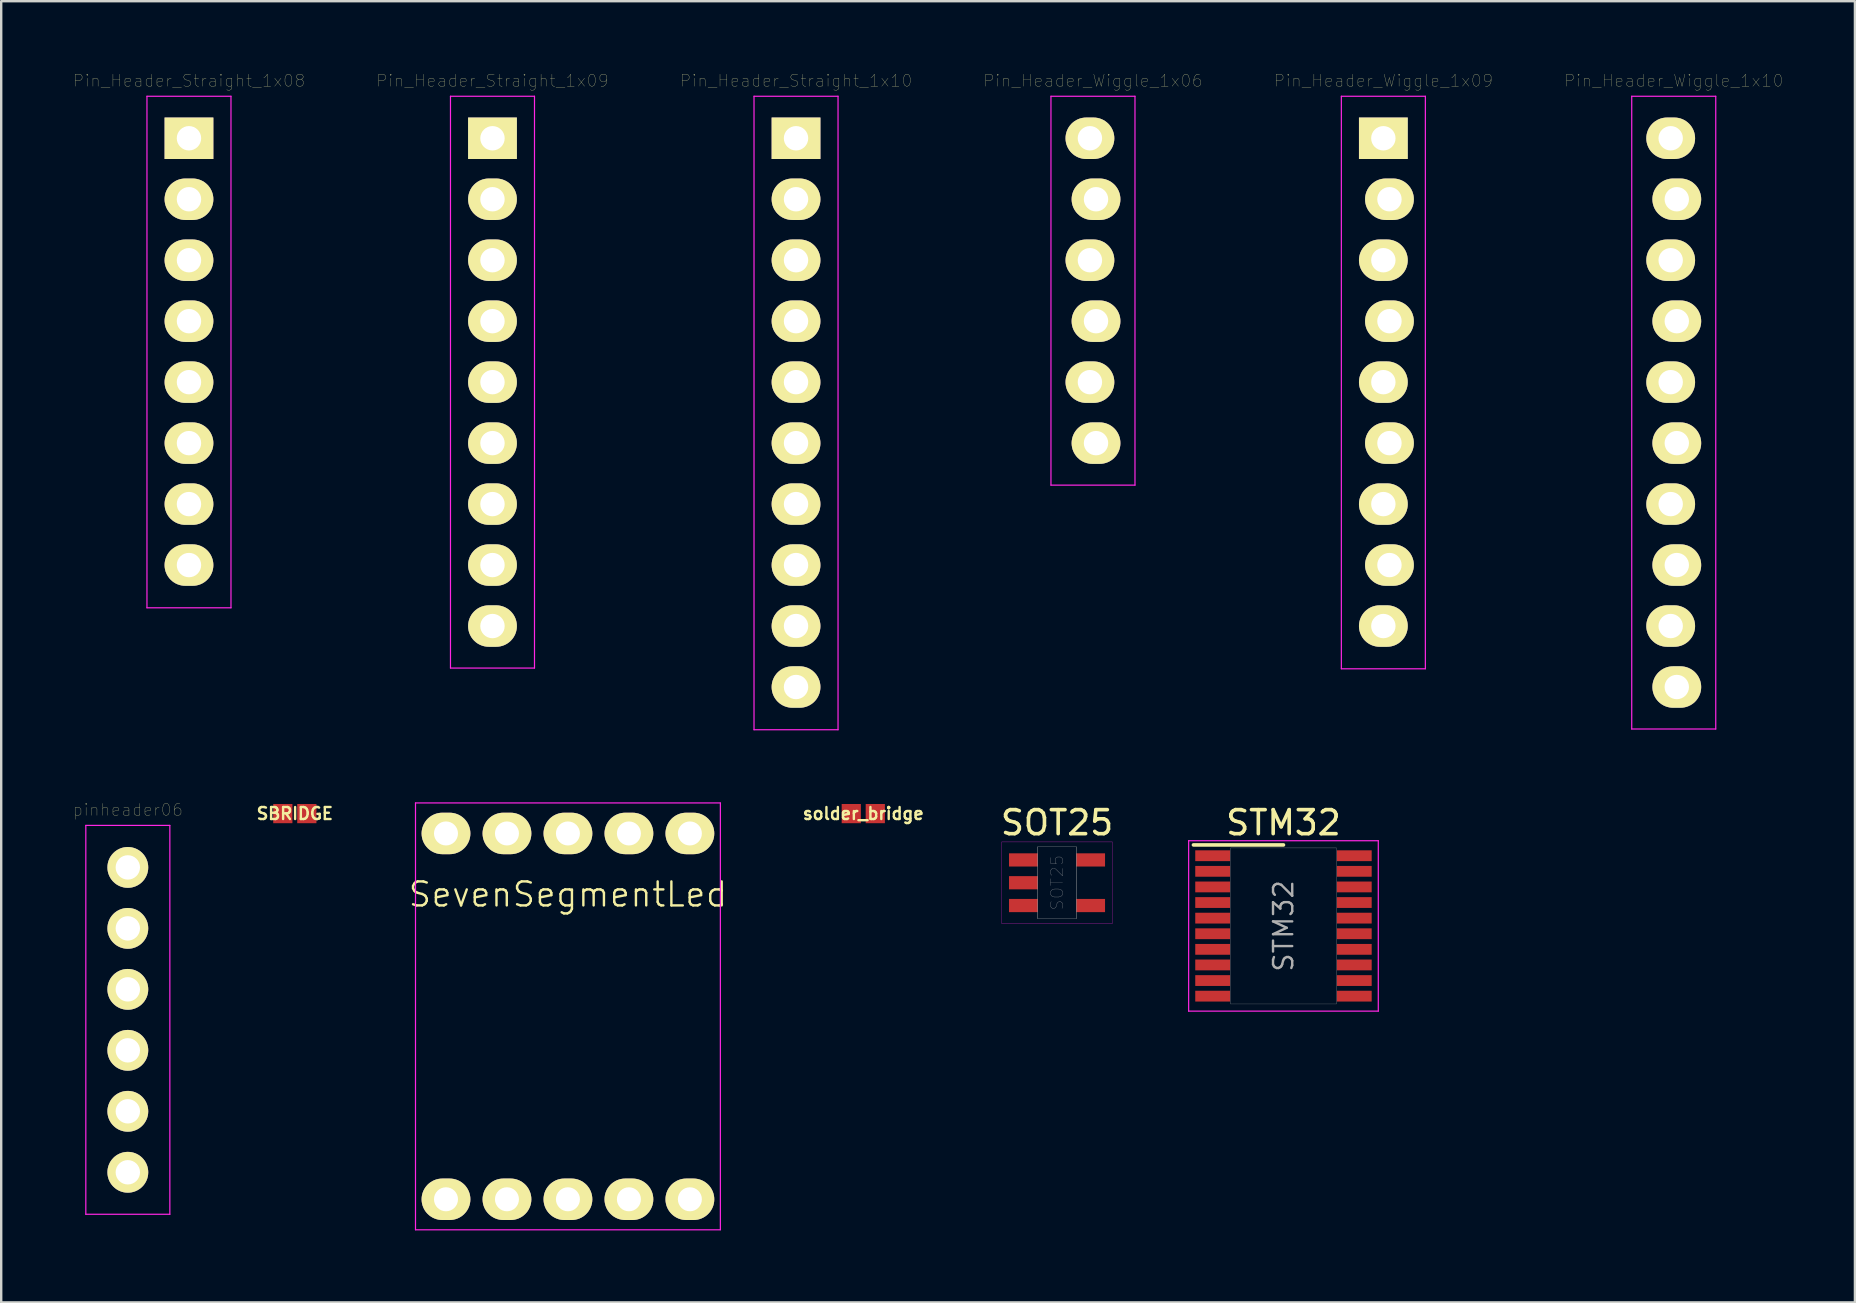
<source format=kicad_pcb>
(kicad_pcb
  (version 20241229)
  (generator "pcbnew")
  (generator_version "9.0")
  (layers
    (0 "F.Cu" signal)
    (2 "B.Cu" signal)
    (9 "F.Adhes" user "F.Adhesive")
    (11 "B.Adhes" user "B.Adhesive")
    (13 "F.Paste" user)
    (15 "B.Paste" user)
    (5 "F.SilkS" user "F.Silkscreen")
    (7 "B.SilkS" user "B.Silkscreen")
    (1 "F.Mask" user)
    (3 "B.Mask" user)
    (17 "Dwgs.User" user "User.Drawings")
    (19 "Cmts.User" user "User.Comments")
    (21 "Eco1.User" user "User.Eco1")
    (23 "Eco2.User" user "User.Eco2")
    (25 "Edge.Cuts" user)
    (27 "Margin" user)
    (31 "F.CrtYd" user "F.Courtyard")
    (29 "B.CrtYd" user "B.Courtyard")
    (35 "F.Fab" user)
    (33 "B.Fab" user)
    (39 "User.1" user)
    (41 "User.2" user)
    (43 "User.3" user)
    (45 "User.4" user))
  (footprint "pinheader06"
    (layer "F.Cu")
    (at 2.275 33.085)
    (property "Reference" "pinheader06" (at 0 -2.4 0) (layer "F.SilkS") (effects (font (size 0.5 0.5) (thickness 0.01))))
    (attr through_hole)
    (fp_line (start -1.75 -1.75) (end -1.75 14.45) (stroke (width 0.05) (type solid)) (layer "F.CrtYd"))
    (fp_line (start -1.75 -1.75) (end 1.75 -1.75) (stroke (width 0.05) (type solid)) (layer "F.CrtYd"))
    (fp_line (start -1.75 14.45) (end 1.75 14.45) (stroke (width 0.05) (type solid)) (layer "F.CrtYd"))
    (fp_line (start 1.75 -1.75) (end 1.75 14.45) (stroke (width 0.05) (type solid)) (layer "F.CrtYd"))
    (pad "1" thru_hole circle (at 0 0) (size 1.7 1.7) (drill 1.016) (layers "*.Cu" "*.Mask" "F.SilkS"))
    (pad "2" thru_hole circle (at 0 2.54) (size 1.7 1.7) (drill 1.016) (layers "*.Cu" "*.Mask" "F.SilkS"))
    (pad "3" thru_hole circle (at 0 5.08) (size 1.7 1.7) (drill 1.016) (layers "*.Cu" "*.Mask" "F.SilkS"))
    (pad "4" thru_hole circle (at 0 7.62) (size 1.7 1.7) (drill 1.016) (layers "*.Cu" "*.Mask" "F.SilkS"))
    (pad "5" thru_hole circle (at 0 10.16) (size 1.7 1.7) (drill 1.016) (layers "*.Cu" "*.Mask" "F.SilkS"))
    (pad "6" thru_hole circle (at 0 12.7) (size 1.7 1.7) (drill 1.016) (layers "*.Cu" "*.Mask" "F.SilkS")))
  (footprint "solder_bridge"
    (layer "F.Cu")
    (at 32.913 30.843)
    (property "Reference" "solder_bridge" (at 0 0 0) (layer "F.SilkS") (effects (font (size 0.5 0.5) (thickness 0.1))))
    (attr smd)
    (pad "1" smd rect (at -0.5 0) (size 0.8 0.8) (layers "F.Cu" "F.Mask" "F.Paste"))
    (pad "2" smd rect (at 0.5 0) (size 0.8 0.8) (layers "F.Cu" "F.Mask" "F.Paste")))
  (footprint "Pin_Header_Straight_1x08"
    (layer "F.Cu")
    (at 4.822 2.71)
    (property "Reference" "Pin_Header_Straight_1x08" (at 0 -2.4 0) (layer "F.SilkS") (effects (font (size 0.5 0.5) (thickness 0.01))))
    (attr through_hole)
    (fp_line (start -1.75 -1.75) (end -1.75 19.56) (stroke (width 0.05) (type solid)) (layer "F.CrtYd"))
    (fp_line (start -1.75 -1.75) (end 1.75 -1.75) (stroke (width 0.05) (type solid)) (layer "F.CrtYd"))
    (fp_line (start -1.75 19.56) (end 1.75 19.56) (stroke (width 0.05) (type solid)) (layer "F.CrtYd"))
    (fp_line (start 1.75 -1.75) (end 1.75 19.56) (stroke (width 0.05) (type solid)) (layer "F.CrtYd"))
    (pad "1" thru_hole rect (at 0 0) (size 2.032 1.727) (drill 1.016) (layers "*.Cu" "*.Mask" "F.SilkS"))
    (pad "2" thru_hole oval (at 0 2.54) (size 2.032 1.727) (drill 1.016) (layers "*.Cu" "*.Mask" "F.SilkS"))
    (pad "3" thru_hole oval (at 0 5.08) (size 2.032 1.727) (drill 1.016) (layers "*.Cu" "*.Mask" "F.SilkS"))
    (pad "4" thru_hole oval (at 0 7.62) (size 2.032 1.727) (drill 1.016) (layers "*.Cu" "*.Mask" "F.SilkS"))
    (pad "5" thru_hole oval (at 0 10.16) (size 2.032 1.727) (drill 1.016) (layers "*.Cu" "*.Mask" "F.SilkS"))
    (pad "6" thru_hole oval (at 0 12.7) (size 2.032 1.727) (drill 1.016) (layers "*.Cu" "*.Mask" "F.SilkS"))
    (pad "7" thru_hole oval (at 0 15.24) (size 2.032 1.727) (drill 1.016) (layers "*.Cu" "*.Mask" "F.SilkS"))
    (pad "8" thru_hole oval (at 0 17.78) (size 2.032 1.727) (drill 1.016) (layers "*.Cu" "*.Mask" "F.SilkS")))
  (footprint "Pin_Header_Wiggle_1x10"
    (layer "F.Cu")
    (at 66.675 2.71)
    (property "Reference" "Pin_Header_Wiggle_1x10" (at 0 -2.4 0) (layer "F.SilkS") (effects (font (size 0.5 0.5) (thickness 0.01))))
    (attr through_hole)
    (fp_line (start -1.75 -1.75) (end -1.75 24.61) (stroke (width 0.05) (type solid)) (layer "F.CrtYd"))
    (fp_line (start -1.75 -1.75) (end 1.75 -1.75) (stroke (width 0.05) (type solid)) (layer "F.CrtYd"))
    (fp_line (start -1.75 24.61) (end 1.75 24.61) (stroke (width 0.05) (type solid)) (layer "F.CrtYd"))
    (fp_line (start 1.75 -1.75) (end 1.75 24.61) (stroke (width 0.05) (type solid)) (layer "F.CrtYd"))
    (pad "1" thru_hole oval (at -0.127 0) (size 2.032 1.727) (drill 1.016) (layers "*.Cu" "*.Mask" "F.SilkS"))
    (pad "2" thru_hole oval (at 0.127 2.54) (size 2.032 1.727) (drill 1.016) (layers "*.Cu" "*.Mask" "F.SilkS"))
    (pad "3" thru_hole oval (at -0.127 5.08) (size 2.032 1.727) (drill 1.016) (layers "*.Cu" "*.Mask" "F.SilkS"))
    (pad "4" thru_hole oval (at 0.127 7.62) (size 2.032 1.727) (drill 1.016) (layers "*.Cu" "*.Mask" "F.SilkS"))
    (pad "5" thru_hole oval (at -0.127 10.16) (size 2.032 1.727) (drill 1.016) (layers "*.Cu" "*.Mask" "F.SilkS"))
    (pad "6" thru_hole oval (at 0.127 12.7) (size 2.032 1.727) (drill 1.016) (layers "*.Cu" "*.Mask" "F.SilkS"))
    (pad "7" thru_hole oval (at -0.127 15.24) (size 2.032 1.727) (drill 1.016) (layers "*.Cu" "*.Mask" "F.SilkS"))
    (pad "8" thru_hole oval (at 0.127 17.78) (size 2.032 1.727) (drill 1.016) (layers "*.Cu" "*.Mask" "F.SilkS"))
    (pad "9" thru_hole oval (at -0.127 20.32) (size 2.032 1.727) (drill 1.016) (layers "*.Cu" "*.Mask" "F.SilkS"))
    (pad "10" thru_hole oval (at 0.127 22.86) (size 2.032 1.727) (drill 1.016) (layers "*.Cu" "*.Mask" "F.SilkS")))
  (footprint "Pin_Header_Straight_1x10"
    (layer "F.Cu")
    (at 30.111 2.71)
    (property "Reference" "Pin_Header_Straight_1x10" (at 0 -2.4 0) (layer "F.SilkS") (effects (font (size 0.5 0.5) (thickness 0.01))))
    (attr through_hole)
    (fp_line (start -1.75 -1.75) (end -1.75 24.64) (stroke (width 0.05) (type solid)) (layer "F.CrtYd"))
    (fp_line (start -1.75 -1.75) (end 1.75 -1.75) (stroke (width 0.05) (type solid)) (layer "F.CrtYd"))
    (fp_line (start -1.75 24.64) (end 1.75 24.64) (stroke (width 0.05) (type solid)) (layer "F.CrtYd"))
    (fp_line (start 1.75 -1.75) (end 1.75 24.64) (stroke (width 0.05) (type solid)) (layer "F.CrtYd"))
    (pad "1" thru_hole rect (at 0 0) (size 2.032 1.727) (drill 1.016) (layers "*.Cu" "*.Mask" "F.SilkS"))
    (pad "2" thru_hole oval (at 0 2.54) (size 2.032 1.727) (drill 1.016) (layers "*.Cu" "*.Mask" "F.SilkS"))
    (pad "3" thru_hole oval (at 0 5.08) (size 2.032 1.727) (drill 1.016) (layers "*.Cu" "*.Mask" "F.SilkS"))
    (pad "4" thru_hole oval (at 0 7.62) (size 2.032 1.727) (drill 1.016) (layers "*.Cu" "*.Mask" "F.SilkS"))
    (pad "5" thru_hole oval (at 0 10.16) (size 2.032 1.727) (drill 1.016) (layers "*.Cu" "*.Mask" "F.SilkS"))
    (pad "6" thru_hole oval (at 0 12.7) (size 2.032 1.727) (drill 1.016) (layers "*.Cu" "*.Mask" "F.SilkS"))
    (pad "7" thru_hole oval (at 0 15.24) (size 2.032 1.727) (drill 1.016) (layers "*.Cu" "*.Mask" "F.SilkS"))
    (pad "8" thru_hole oval (at 0 17.78) (size 2.032 1.727) (drill 1.016) (layers "*.Cu" "*.Mask" "F.SilkS"))
    (pad "9" thru_hole oval (at 0 20.32) (size 2.032 1.727) (drill 1.016) (layers "*.Cu" "*.Mask" "F.SilkS"))
    (pad "10" thru_hole oval (at 0 22.86) (size 2.032 1.727) (drill 1.016) (layers "*.Cu" "*.Mask" "F.SilkS")))
  (footprint "Pin_Header_Wiggle_1x06"
    (layer "F.Cu")
    (at 42.481 2.71)
    (property "Reference" "Pin_Header_Wiggle_1x06" (at 0 -2.4 0) (layer "F.SilkS") (effects (font (size 0.5 0.5) (thickness 0.01))))
    (attr through_hole)
    (fp_line (start -1.75 -1.75) (end -1.75 14.45) (stroke (width 0.05) (type solid)) (layer "F.CrtYd"))
    (fp_line (start -1.75 -1.75) (end 1.75 -1.75) (stroke (width 0.05) (type solid)) (layer "F.CrtYd"))
    (fp_line (start -1.75 14.45) (end 1.75 14.45) (stroke (width 0.05) (type solid)) (layer "F.CrtYd"))
    (fp_line (start 1.75 -1.75) (end 1.75 14.45) (stroke (width 0.05) (type solid)) (layer "F.CrtYd"))
    (pad "1" thru_hole oval (at -0.127 0) (size 2.032 1.727) (drill 1.016) (layers "*.Cu" "*.Mask" "F.SilkS"))
    (pad "2" thru_hole oval (at 0.127 2.54) (size 2.032 1.727) (drill 1.016) (layers "*.Cu" "*.Mask" "F.SilkS"))
    (pad "3" thru_hole oval (at -0.127 5.08) (size 2.032 1.727) (drill 1.016) (layers "*.Cu" "*.Mask" "F.SilkS"))
    (pad "4" thru_hole oval (at 0.127 7.62) (size 2.032 1.727) (drill 1.016) (layers "*.Cu" "*.Mask" "F.SilkS"))
    (pad "5" thru_hole oval (at -0.127 10.16) (size 2.032 1.727) (drill 1.016) (layers "*.Cu" "*.Mask" "F.SilkS"))
    (pad "6" thru_hole oval (at 0.127 12.7) (size 2.032 1.727) (drill 1.016) (layers "*.Cu" "*.Mask" "F.SilkS")))
  (footprint "SBRIDGE"
    (layer "F.Cu")
    (at 9.232 30.843)
    (property "Reference" "SBRIDGE" (at 0 0 0) (layer "F.SilkS") (effects (font (size 0.5 0.5) (thickness 0.1))))
    (attr smd)
    (pad "1" smd rect (at -0.5 0) (size 0.8 0.8) (layers "F.Cu" "F.Mask" "F.Paste"))
    (pad "2" smd rect (at 0.5 0) (size 0.8 0.8) (layers "F.Cu" "F.Mask" "F.Paste")))
  (footprint "SOT25"
    (layer "F.Cu")
    (at 40.984 33.723)
    (property "Reference" "SOT25" (at 0 -2.5 0) (layer "F.SilkS") (effects (font (size 1 1) (thickness 0.15))))
    (attr smd)
    (fp_line (start -2.3 -1.7) (end -2.3 1.7) (stroke (width 0.01) (type solid)) (layer "F.CrtYd"))
    (fp_line (start -2.3 -1.7) (end 2.3 -1.7) (stroke (width 0.01) (type solid)) (layer "F.CrtYd"))
    (fp_line (start 2.3 1.7) (end -2.3 1.7) (stroke (width 0.01) (type solid)) (layer "F.CrtYd"))
    (fp_line (start 2.3 1.7) (end 2.3 -1.7) (stroke (width 0.01) (type solid)) (layer "F.CrtYd"))
    (fp_line (start -0.8 -1.5) (end -0.8 1.5) (stroke (width 0.01) (type solid)) (layer "F.Fab"))
    (fp_line (start -0.8 -1.5) (end -0.8 1.5) (stroke (width 0.01) (type solid)) (layer "F.Fab"))
    (fp_line (start -0.8 -1.5) (end 0.8 -1.5) (stroke (width 0.01) (type solid)) (layer "F.Fab"))
    (fp_line (start -0.8 1.5) (end 0.8 1.5) (stroke (width 0.01) (type solid)) (layer "F.Fab"))
    (fp_line (start 0.8 -1.5) (end 0.8 1.5) (stroke (width 0.01) (type solid)) (layer "F.Fab"))
    (fp_line (start 0.8 -1.5) (end 0.8 1.5) (stroke (width 0.01) (type solid)) (layer "F.Fab"))
    (fp_text user "SOT25" (at 0 0 90) (layer "F.Fab") (effects (font (size 0.5 0.5) (thickness 0.01))))
    (pad "1" smd rect (at -1.4 -0.95) (size 1.2 0.55) (layers "F.Cu" "F.Mask" "F.Paste"))
    (pad "2" smd rect (at -1.4 0) (size 1.2 0.55) (layers "F.Cu" "F.Mask" "F.Paste"))
    (pad "3" smd rect (at -1.4 0.95) (size 1.2 0.55) (layers "F.Cu" "F.Mask" "F.Paste"))
    (pad "4" smd rect (at 1.4 0.95) (size 1.2 0.55) (layers "F.Cu" "F.Mask" "F.Paste"))
    (pad "5" smd rect (at 1.4 -0.95) (size 1.2 0.55) (layers "F.Cu" "F.Mask" "F.Paste")))
  (footprint "STM32"
    (layer "F.Cu")
    (at 50.417 35.523)
    (property "Reference" "STM32" (at 0 -4.3 0) (layer "F.SilkS") (effects (font (size 1 1) (thickness 0.15))))
    (attr smd)
    (fp_line (start -3.75 -3.375) (end 0 -3.375) (stroke (width 0.15) (type solid)) (layer "F.SilkS"))
    (fp_line (start -3.95 -3.55) (end -3.95 3.55) (stroke (width 0.05) (type solid)) (layer "F.CrtYd"))
    (fp_line (start -3.95 -3.55) (end 3.95 -3.55) (stroke (width 0.05) (type solid)) (layer "F.CrtYd"))
    (fp_line (start -3.95 3.55) (end 3.95 3.55) (stroke (width 0.05) (type solid)) (layer "F.CrtYd"))
    (fp_line (start 3.95 -3.55) (end 3.95 3.55) (stroke (width 0.05) (type solid)) (layer "F.CrtYd"))
    (fp_line (start -2.2 -3.25) (end -2.2 3.25) (stroke (width 0.01) (type solid)) (layer "F.Fab"))
    (fp_line (start -2.2 -3.25) (end 2.2 -3.25) (stroke (width 0.01) (type solid)) (layer "F.Fab"))
    (fp_line (start -2.2 3.25) (end 2.2 3.25) (stroke (width 0.01) (type solid)) (layer "F.Fab"))
    (fp_line (start 2.2 -3.25) (end 2.2 3.25) (stroke (width 0.01) (type solid)) (layer "F.Fab"))
    (fp_text user "STM32" (at 0 0 90) (layer "F.Fab") (effects (font (size 0.8 0.8) (thickness 0.1))))
    (pad "2" smd rect (at -2.95 -2.275) (size 1.45 0.45) (layers "F.Cu" "F.Mask" "F.Paste"))
    (pad "3" smd rect (at -2.95 -1.625) (size 1.45 0.45) (layers "F.Cu" "F.Mask" "F.Paste"))
    (pad "BOOT0" smd rect (at -2.95 -2.925) (size 1.45 0.45) (layers "F.Cu" "F.Mask" "F.Paste"))
    (pad "CLK" smd rect (at 2.95 -2.925) (size 1.45 0.45) (layers "F.Cu" "F.Mask" "F.Paste"))
    (pad "DIO" smd rect (at 2.95 -2.275) (size 1.45 0.45) (layers "F.Cu" "F.Mask" "F.Paste"))
    (pad "GND" smd rect (at 2.95 0.325) (size 1.45 0.45) (layers "F.Cu" "F.Mask" "F.Paste"))
    (pad "NRST" smd rect (at -2.95 -0.975) (size 1.45 0.45) (layers "F.Cu" "F.Mask" "F.Paste"))
    (pad "PA0" smd rect (at -2.95 0.325) (size 1.45 0.45) (layers "F.Cu" "F.Mask" "F.Paste"))
    (pad "PA1" smd rect (at -2.95 0.975) (size 1.45 0.45) (layers "F.Cu" "F.Mask" "F.Paste"))
    (pad "PA2" smd rect (at -2.95 1.625) (size 1.45 0.45) (layers "F.Cu" "F.Mask" "F.Paste"))
    (pad "PA3" smd rect (at -2.95 2.275) (size 1.45 0.45) (layers "F.Cu" "F.Mask" "F.Paste"))
    (pad "PA4" smd rect (at -2.95 2.925) (size 1.45 0.45) (layers "F.Cu" "F.Mask" "F.Paste"))
    (pad "PA5" smd rect (at 2.95 2.925) (size 1.45 0.45) (layers "F.Cu" "F.Mask" "F.Paste"))
    (pad "PA6" smd rect (at 2.95 2.275) (size 1.45 0.45) (layers "F.Cu" "F.Mask" "F.Paste"))
    (pad "PA7" smd rect (at 2.95 1.625) (size 1.45 0.45) (layers "F.Cu" "F.Mask" "F.Paste"))
    (pad "PB1" smd rect (at 2.95 0.975) (size 1.45 0.45) (layers "F.Cu" "F.Mask" "F.Paste"))
    (pad "RX" smd rect (at 2.95 -1.625) (size 1.45 0.45) (layers "F.Cu" "F.Mask" "F.Paste"))
    (pad "TX" smd rect (at 2.95 -0.975) (size 1.45 0.45) (layers "F.Cu" "F.Mask" "F.Paste"))
    (pad "VCC" smd rect (at -2.95 -0.325) (size 1.45 0.45) (layers "F.Cu" "F.Mask" "F.Paste"))
    (pad "VCC" smd rect (at 2.95 -0.325) (size 1.45 0.45) (layers "F.Cu" "F.Mask" "F.Paste")))
  (footprint "SevenSegmentLed"
    (layer "F.Cu")
    (at 15.529 31.67)
    (property "Reference" "SevenSegmentLed" (at 5.08 2.54 0) (layer "F.SilkS") (effects (font (size 1 1) (thickness 0.1))))
    (attr through_hole)
    (fp_line (start -1.27 -1.27) (end -1.27 16.51) (stroke (width 0.05) (type solid)) (layer "F.CrtYd"))
    (fp_line (start -1.27 -1.27) (end 11.43 -1.27) (stroke (width 0.05) (type solid)) (layer "F.CrtYd"))
    (fp_line (start -1.27 16.51) (end 11.43 16.51) (stroke (width 0.05) (type solid)) (layer "F.CrtYd"))
    (fp_line (start 11.43 -1.27) (end 11.43 16.51) (stroke (width 0.05) (type solid)) (layer "F.CrtYd"))
    (pad "1" thru_hole oval (at 0 15.24) (size 2.032 1.727) (drill 1) (layers "*.Cu" "*.Mask" "F.SilkS"))
    (pad "2" thru_hole oval (at 2.54 15.24) (size 2.032 1.727) (drill 1) (layers "*.Cu" "*.Mask" "F.SilkS"))
    (pad "3" thru_hole oval (at 5.08 15.24) (size 2.032 1.727) (drill 1) (layers "*.Cu" "*.Mask" "F.SilkS"))
    (pad "4" thru_hole oval (at 7.62 15.24) (size 2.032 1.727) (drill 1) (layers "*.Cu" "*.Mask" "F.SilkS"))
    (pad "5" thru_hole oval (at 10.16 15.24) (size 2.032 1.727) (drill 1) (layers "*.Cu" "*.Mask" "F.SilkS"))
    (pad "6" thru_hole oval (at 10.16 0) (size 2.032 1.727) (drill 1) (layers "*.Cu" "*.Mask" "F.SilkS"))
    (pad "7" thru_hole oval (at 7.62 0) (size 2.032 1.727) (drill 1) (layers "*.Cu" "*.Mask" "F.SilkS"))
    (pad "8" thru_hole oval (at 5.08 0) (size 2.032 1.727) (drill 1) (layers "*.Cu" "*.Mask" "F.SilkS"))
    (pad "9" thru_hole oval (at 2.54 0) (size 2.032 1.727) (drill 1) (layers "*.Cu" "*.Mask" "F.SilkS"))
    (pad "10" thru_hole oval (at 0 0) (size 2.032 1.727) (drill 1) (layers "*.Cu" "*.Mask" "F.SilkS")))
  (footprint "Pin_Header_Straight_1x09"
    (layer "F.Cu")
    (at 17.466 2.71)
    (property "Reference" "Pin_Header_Straight_1x09" (at 0 -2.4 0) (layer "F.SilkS") (effects (font (size 0.5 0.5) (thickness 0.01))))
    (attr through_hole)
    (fp_line (start -1.75 -1.75) (end -1.75 22.07) (stroke (width 0.05) (type solid)) (layer "F.CrtYd"))
    (fp_line (start -1.75 -1.75) (end 1.75 -1.75) (stroke (width 0.05) (type solid)) (layer "F.CrtYd"))
    (fp_line (start -1.75 22.07) (end 1.75 22.07) (stroke (width 0.05) (type solid)) (layer "F.CrtYd"))
    (fp_line (start 1.75 -1.75) (end 1.75 22.07) (stroke (width 0.05) (type solid)) (layer "F.CrtYd"))
    (pad "1" thru_hole rect (at 0 0) (size 2.032 1.727) (drill 1.016) (layers "*.Cu" "*.Mask" "F.SilkS"))
    (pad "2" thru_hole oval (at 0 2.54) (size 2.032 1.727) (drill 1.016) (layers "*.Cu" "*.Mask" "F.SilkS"))
    (pad "3" thru_hole oval (at 0 5.08) (size 2.032 1.727) (drill 1.016) (layers "*.Cu" "*.Mask" "F.SilkS"))
    (pad "4" thru_hole oval (at 0 7.62) (size 2.032 1.727) (drill 1.016) (layers "*.Cu" "*.Mask" "F.SilkS"))
    (pad "5" thru_hole oval (at 0 10.16) (size 2.032 1.727) (drill 1.016) (layers "*.Cu" "*.Mask" "F.SilkS"))
    (pad "6" thru_hole oval (at 0 12.7) (size 2.032 1.727) (drill 1.016) (layers "*.Cu" "*.Mask" "F.SilkS"))
    (pad "7" thru_hole oval (at 0 15.24) (size 2.032 1.727) (drill 1.016) (layers "*.Cu" "*.Mask" "F.SilkS"))
    (pad "8" thru_hole oval (at 0 17.78) (size 2.032 1.727) (drill 1.016) (layers "*.Cu" "*.Mask" "F.SilkS"))
    (pad "9" thru_hole oval (at 0 20.32) (size 2.032 1.727) (drill 1.016) (layers "*.Cu" "*.Mask" "F.SilkS")))
  (footprint "Pin_Header_Wiggle_1x09"
    (layer "F.Cu")
    (at 54.578 2.71)
    (property "Reference" "Pin_Header_Wiggle_1x09" (at 0 -2.4 0) (layer "F.SilkS") (effects (font (size 0.5 0.5) (thickness 0.01))))
    (attr through_hole)
    (fp_line (start -1.75 -1.75) (end -1.75 22.1) (stroke (width 0.05) (type solid)) (layer "F.CrtYd"))
    (fp_line (start -1.75 -1.75) (end 1.75 -1.75) (stroke (width 0.05) (type solid)) (layer "F.CrtYd"))
    (fp_line (start -1.75 22.1) (end 1.75 22.1) (stroke (width 0.05) (type solid)) (layer "F.CrtYd"))
    (fp_line (start 1.75 -1.75) (end 1.75 22.1) (stroke (width 0.05) (type solid)) (layer "F.CrtYd"))
    (pad "1" thru_hole rect (at 0 0) (size 2.032 1.727) (drill 1.016) (layers "*.Cu" "*.Mask" "F.SilkS"))
    (pad "2" thru_hole oval (at 0.254 2.54) (size 2.032 1.727) (drill 1.016) (layers "*.Cu" "*.Mask" "F.SilkS"))
    (pad "3" thru_hole oval (at 0 5.08) (size 2.032 1.727) (drill 1.016) (layers "*.Cu" "*.Mask" "F.SilkS"))
    (pad "4" thru_hole oval (at 0.254 7.62) (size 2.032 1.727) (drill 1.016) (layers "*.Cu" "*.Mask" "F.SilkS"))
    (pad "5" thru_hole oval (at 0 10.16) (size 2.032 1.727) (drill 1.016) (layers "*.Cu" "*.Mask" "F.SilkS"))
    (pad "6" thru_hole oval (at 0.254 12.7) (size 2.032 1.727) (drill 1.016) (layers "*.Cu" "*.Mask" "F.SilkS"))
    (pad "7" thru_hole oval (at 0 15.24) (size 2.032 1.727) (drill 1.016) (layers "*.Cu" "*.Mask" "F.SilkS"))
    (pad "8" thru_hole oval (at 0.254 17.78) (size 2.032 1.727) (drill 1.016) (layers "*.Cu" "*.Mask" "F.SilkS"))
    (pad "9" thru_hole oval (at 0 20.32) (size 2.032 1.727) (drill 1.016) (layers "*.Cu" "*.Mask" "F.SilkS")))
  (gr_rect
    (start -3 -3)
    (end 74.223 51.205)
    (stroke (width 0.1) (type default))
    (fill no)
    (layer "Edge.Cuts")))
</source>
